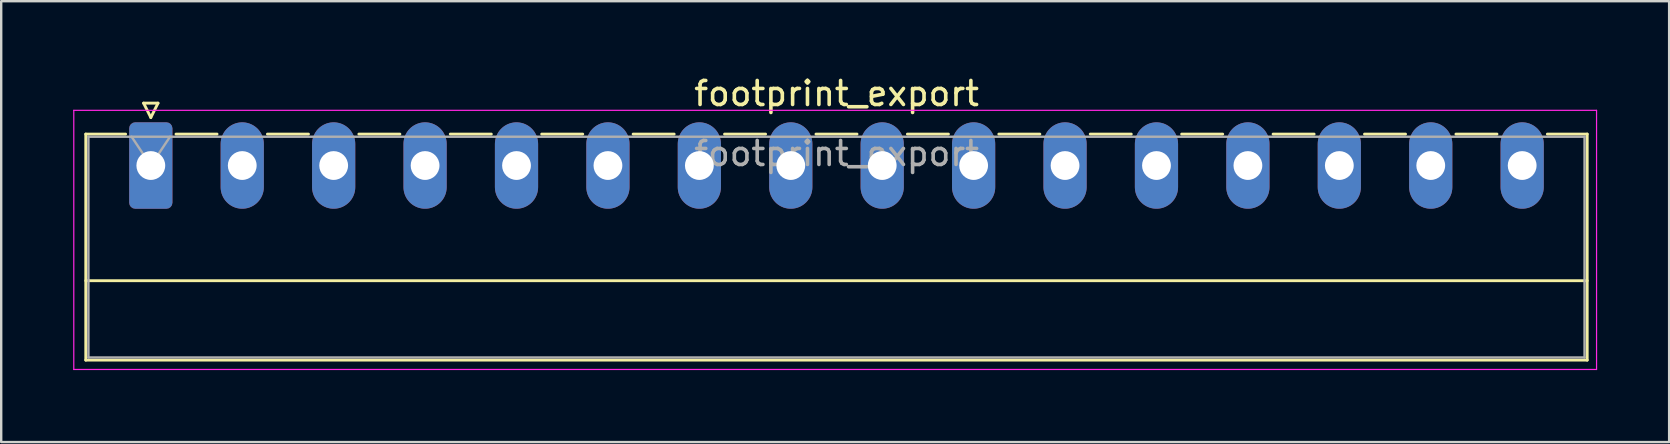
<source format=kicad_pcb>
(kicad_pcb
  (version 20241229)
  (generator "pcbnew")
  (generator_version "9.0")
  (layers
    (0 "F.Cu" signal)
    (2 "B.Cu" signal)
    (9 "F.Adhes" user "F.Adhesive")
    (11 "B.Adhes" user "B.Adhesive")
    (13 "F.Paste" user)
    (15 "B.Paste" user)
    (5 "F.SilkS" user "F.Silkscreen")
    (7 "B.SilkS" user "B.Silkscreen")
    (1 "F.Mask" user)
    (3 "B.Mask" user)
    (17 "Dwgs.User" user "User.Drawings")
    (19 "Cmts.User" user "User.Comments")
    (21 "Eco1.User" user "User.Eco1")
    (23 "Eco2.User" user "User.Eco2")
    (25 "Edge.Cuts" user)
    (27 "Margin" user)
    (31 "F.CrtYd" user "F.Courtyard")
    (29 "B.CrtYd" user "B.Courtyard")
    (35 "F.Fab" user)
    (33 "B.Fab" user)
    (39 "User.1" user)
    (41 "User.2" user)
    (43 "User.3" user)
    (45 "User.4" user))
  (footprint "footprint_export"
    (layer "F.Cu")
    (at 3.235 3.848)
    (property "Reference" "footprint_export" (at 28.58 -3 0) (layer "F.SilkS") (effects (font (size 1 1) (thickness 0.15))))
    (attr through_hole)
    (fp_line (start -2.71 -1.31) (end -2.71 8.11) (stroke (width 0.12) (type solid)) (layer "F.SilkS"))
    (fp_line (start -2.71 -1.31) (end -1.05 -1.31) (stroke (width 0.12) (type solid)) (layer "F.SilkS"))
    (fp_line (start -2.71 4.8) (end 59.86 4.8) (stroke (width 0.12) (type solid)) (layer "F.SilkS"))
    (fp_line (start -2.71 8.11) (end 59.86 8.11) (stroke (width 0.12) (type solid)) (layer "F.SilkS"))
    (fp_line (start -0.3 -2.6) (end 0.3 -2.6) (stroke (width 0.12) (type solid)) (layer "F.SilkS"))
    (fp_line (start 0 -2) (end -0.3 -2.6) (stroke (width 0.12) (type solid)) (layer "F.SilkS"))
    (fp_line (start 0.3 -2.6) (end 0 -2) (stroke (width 0.12) (type solid)) (layer "F.SilkS"))
    (fp_line (start 1.05 -1.31) (end 2.76 -1.31) (stroke (width 0.12) (type solid)) (layer "F.SilkS"))
    (fp_line (start 4.86 -1.31) (end 6.57 -1.31) (stroke (width 0.12) (type solid)) (layer "F.SilkS"))
    (fp_line (start 8.67 -1.31) (end 10.38 -1.31) (stroke (width 0.12) (type solid)) (layer "F.SilkS"))
    (fp_line (start 12.48 -1.31) (end 14.19 -1.31) (stroke (width 0.12) (type solid)) (layer "F.SilkS"))
    (fp_line (start 16.29 -1.31) (end 18 -1.31) (stroke (width 0.12) (type solid)) (layer "F.SilkS"))
    (fp_line (start 20.1 -1.31) (end 21.81 -1.31) (stroke (width 0.12) (type solid)) (layer "F.SilkS"))
    (fp_line (start 23.91 -1.31) (end 25.62 -1.31) (stroke (width 0.12) (type solid)) (layer "F.SilkS"))
    (fp_line (start 27.72 -1.31) (end 29.43 -1.31) (stroke (width 0.12) (type solid)) (layer "F.SilkS"))
    (fp_line (start 31.53 -1.31) (end 33.24 -1.31) (stroke (width 0.12) (type solid)) (layer "F.SilkS"))
    (fp_line (start 35.34 -1.31) (end 37.05 -1.31) (stroke (width 0.12) (type solid)) (layer "F.SilkS"))
    (fp_line (start 39.15 -1.31) (end 40.86 -1.31) (stroke (width 0.12) (type solid)) (layer "F.SilkS"))
    (fp_line (start 42.96 -1.31) (end 44.67 -1.31) (stroke (width 0.12) (type solid)) (layer "F.SilkS"))
    (fp_line (start 46.77 -1.31) (end 48.48 -1.31) (stroke (width 0.12) (type solid)) (layer "F.SilkS"))
    (fp_line (start 50.58 -1.31) (end 52.29 -1.31) (stroke (width 0.12) (type solid)) (layer "F.SilkS"))
    (fp_line (start 54.39 -1.31) (end 56.1 -1.31) (stroke (width 0.12) (type solid)) (layer "F.SilkS"))
    (fp_line (start 59.86 -1.31) (end 58.2 -1.31) (stroke (width 0.12) (type solid)) (layer "F.SilkS"))
    (fp_line (start 59.86 8.11) (end 59.86 -1.31) (stroke (width 0.12) (type solid)) (layer "F.SilkS"))
    (fp_line (start -3.21 -2.3) (end -3.21 8.5) (stroke (width 0.05) (type solid)) (layer "F.CrtYd"))
    (fp_line (start -3.21 8.5) (end 60.25 8.5) (stroke (width 0.05) (type solid)) (layer "F.CrtYd"))
    (fp_line (start 60.25 -2.3) (end -3.21 -2.3) (stroke (width 0.05) (type solid)) (layer "F.CrtYd"))
    (fp_line (start 60.25 8.5) (end 60.25 -2.3) (stroke (width 0.05) (type solid)) (layer "F.CrtYd"))
    (fp_line (start -2.6 -1.2) (end -2.6 8) (stroke (width 0.1) (type solid)) (layer "F.Fab"))
    (fp_line (start -2.6 8) (end 59.75 8) (stroke (width 0.1) (type solid)) (layer "F.Fab"))
    (fp_line (start 0 0) (end -0.8 -1.2) (stroke (width 0.1) (type solid)) (layer "F.Fab"))
    (fp_line (start 0.8 -1.2) (end 0 0) (stroke (width 0.1) (type solid)) (layer "F.Fab"))
    (fp_line (start 59.75 -1.2) (end -2.6 -1.2) (stroke (width 0.1) (type solid)) (layer "F.Fab"))
    (fp_line (start 59.75 8) (end 59.75 -1.2) (stroke (width 0.1) (type solid)) (layer "F.Fab"))
    (fp_text user "${REFERENCE}" (at 28.58 -0.5 0) (layer "F.Fab") (effects (font (size 1 1) (thickness 0.15))))
    (pad "1" thru_hole roundrect (at 0 0) (size 1.8 3.6) (drill 1.2) (layers "*.Cu" "*.Mask") (roundrect_rratio 0.139))
    (pad "2" thru_hole oval (at 3.81 0) (size 1.8 3.6) (drill 1.2) (layers "*.Cu" "*.Mask"))
    (pad "3" thru_hole oval (at 7.62 0) (size 1.8 3.6) (drill 1.2) (layers "*.Cu" "*.Mask"))
    (pad "4" thru_hole oval (at 11.43 0) (size 1.8 3.6) (drill 1.2) (layers "*.Cu" "*.Mask"))
    (pad "5" thru_hole oval (at 15.24 0) (size 1.8 3.6) (drill 1.2) (layers "*.Cu" "*.Mask"))
    (pad "6" thru_hole oval (at 19.05 0) (size 1.8 3.6) (drill 1.2) (layers "*.Cu" "*.Mask"))
    (pad "7" thru_hole oval (at 22.86 0) (size 1.8 3.6) (drill 1.2) (layers "*.Cu" "*.Mask"))
    (pad "8" thru_hole oval (at 26.67 0) (size 1.8 3.6) (drill 1.2) (layers "*.Cu" "*.Mask"))
    (pad "9" thru_hole oval (at 30.48 0) (size 1.8 3.6) (drill 1.2) (layers "*.Cu" "*.Mask"))
    (pad "10" thru_hole oval (at 34.29 0) (size 1.8 3.6) (drill 1.2) (layers "*.Cu" "*.Mask"))
    (pad "11" thru_hole oval (at 38.1 0) (size 1.8 3.6) (drill 1.2) (layers "*.Cu" "*.Mask"))
    (pad "12" thru_hole oval (at 41.91 0) (size 1.8 3.6) (drill 1.2) (layers "*.Cu" "*.Mask"))
    (pad "13" thru_hole oval (at 45.72 0) (size 1.8 3.6) (drill 1.2) (layers "*.Cu" "*.Mask"))
    (pad "14" thru_hole oval (at 49.53 0) (size 1.8 3.6) (drill 1.2) (layers "*.Cu" "*.Mask"))
    (pad "15" thru_hole oval (at 53.34 0) (size 1.8 3.6) (drill 1.2) (layers "*.Cu" "*.Mask"))
    (pad "16" thru_hole oval (at 57.15 0) (size 1.8 3.6) (drill 1.2) (layers "*.Cu" "*.Mask")))
  (gr_rect
    (start -3 -3)
    (end 66.51 15.373)
    (stroke (width 0.1) (type default))
    (fill no)
    (layer "Edge.Cuts")))
</source>
